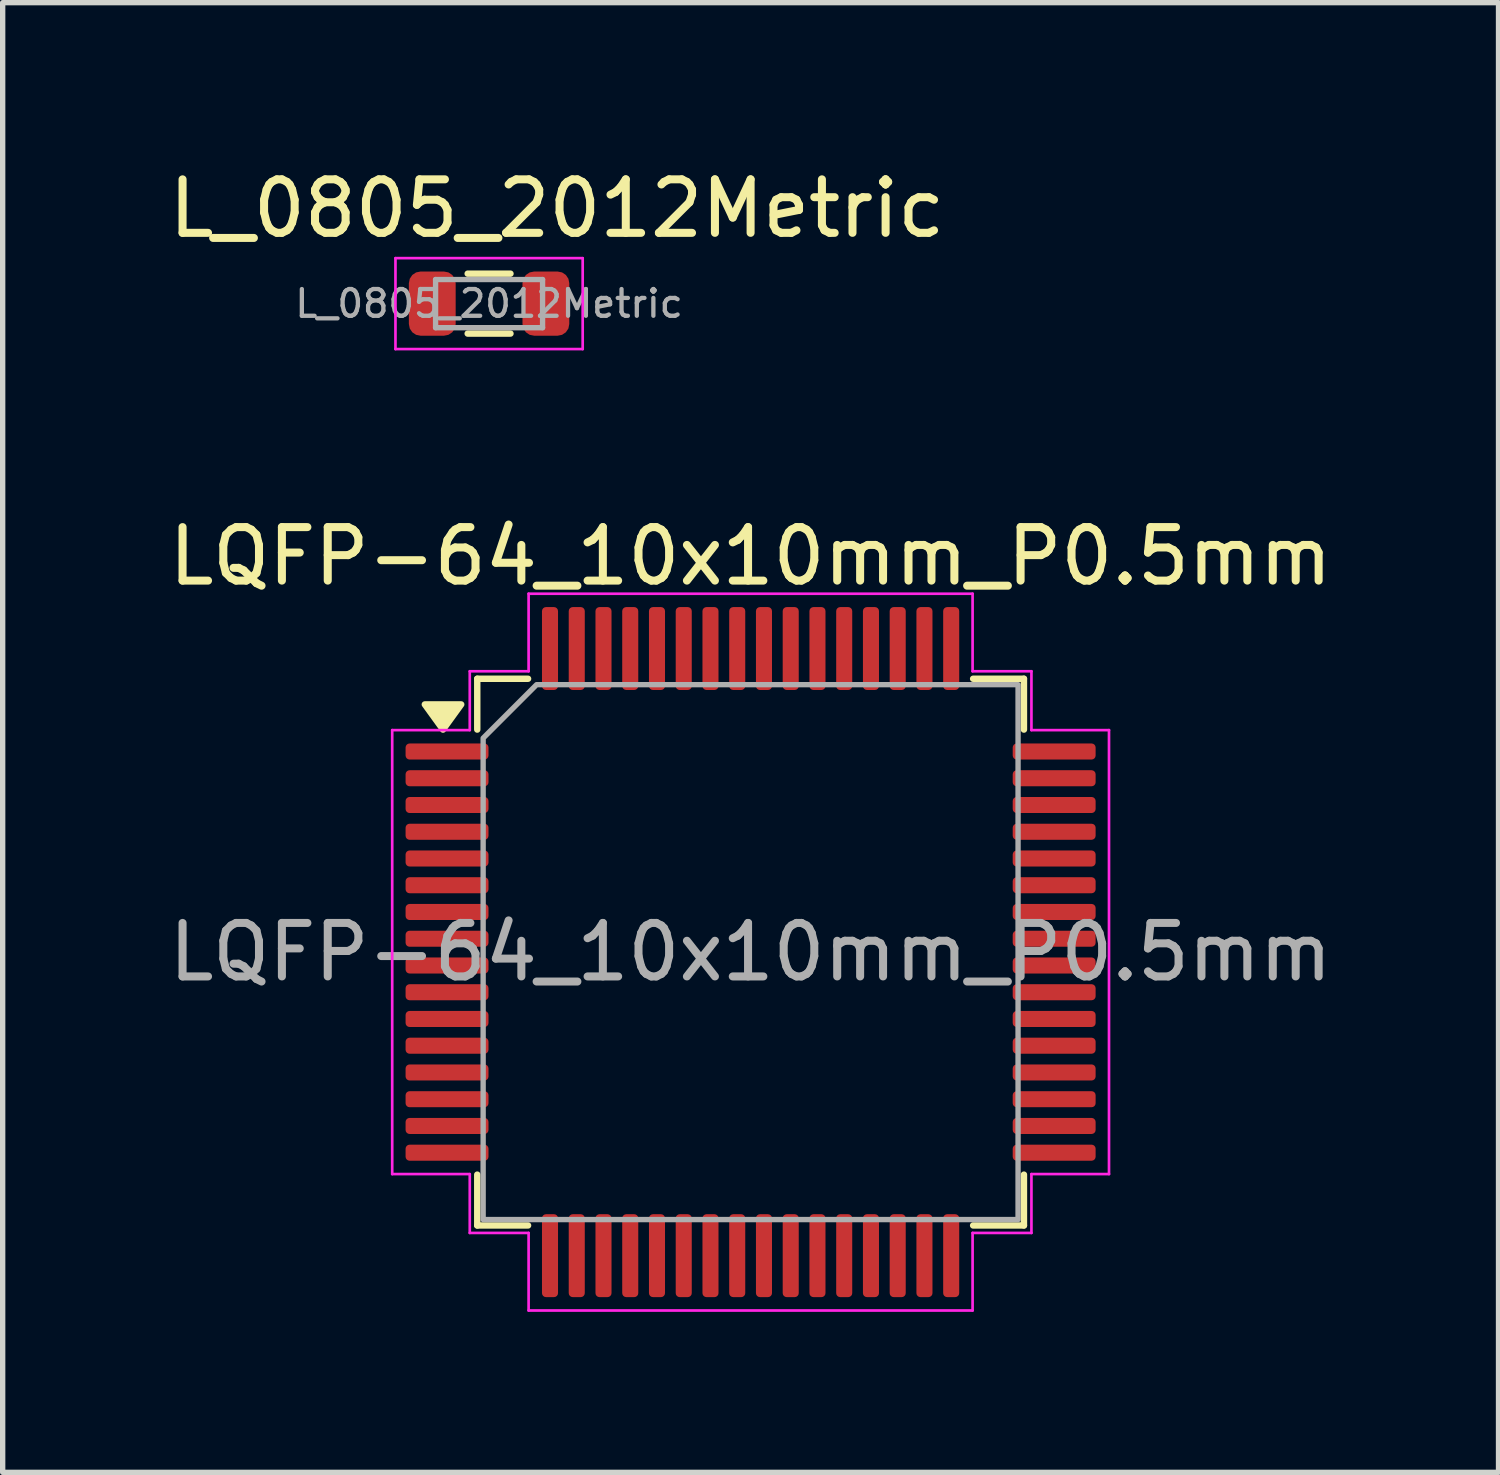
<source format=kicad_pcb>
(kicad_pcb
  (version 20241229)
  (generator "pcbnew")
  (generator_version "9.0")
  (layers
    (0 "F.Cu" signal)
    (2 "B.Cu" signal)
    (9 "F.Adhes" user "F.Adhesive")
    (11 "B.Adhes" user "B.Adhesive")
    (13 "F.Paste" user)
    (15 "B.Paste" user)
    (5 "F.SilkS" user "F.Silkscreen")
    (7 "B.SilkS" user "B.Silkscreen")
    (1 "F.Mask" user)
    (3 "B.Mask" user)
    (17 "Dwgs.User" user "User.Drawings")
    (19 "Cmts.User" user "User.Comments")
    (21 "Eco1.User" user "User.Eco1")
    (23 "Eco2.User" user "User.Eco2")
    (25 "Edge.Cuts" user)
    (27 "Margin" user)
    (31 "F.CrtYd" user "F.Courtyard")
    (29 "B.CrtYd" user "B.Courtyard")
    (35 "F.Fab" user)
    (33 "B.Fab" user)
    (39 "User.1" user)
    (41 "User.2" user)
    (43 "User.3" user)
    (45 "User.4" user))
  (footprint "LQFP-64_10x10mm_P0.5mm"
    (layer "F.Cu")
    (at 10.982 14.749)
    (property "Reference" "LQFP-64_10x10mm_P0.5mm" (at 0 -7.4 180) (layer "F.SilkS") (effects (font (size 1 1) (thickness 0.15))))
    (attr smd)
    (fp_line (start -5.11 -5.11) (end -4.16 -5.11) (stroke (width 0.12) (type solid)) (layer "F.SilkS"))
    (fp_line (start -5.11 -4.16) (end -5.11 -5.11) (stroke (width 0.12) (type solid)) (layer "F.SilkS"))
    (fp_line (start -5.11 5.11) (end -5.11 4.16) (stroke (width 0.12) (type solid)) (layer "F.SilkS"))
    (fp_line (start -4.16 5.11) (end -5.11 5.11) (stroke (width 0.12) (type solid)) (layer "F.SilkS"))
    (fp_line (start 4.16 -5.11) (end 5.11 -5.11) (stroke (width 0.12) (type solid)) (layer "F.SilkS"))
    (fp_line (start 5.11 -5.11) (end 5.11 -4.16) (stroke (width 0.12) (type solid)) (layer "F.SilkS"))
    (fp_line (start 5.11 4.16) (end 5.11 5.11) (stroke (width 0.12) (type solid)) (layer "F.SilkS"))
    (fp_line (start 5.11 5.11) (end 4.16 5.11) (stroke (width 0.12) (type solid)) (layer "F.SilkS"))
    (fp_poly (pts (xy -5.75 -4.16) (xy -6.09 -4.63) (xy -5.41 -4.63)) (stroke (width 0.12) (type solid)) (fill yes) (layer "F.SilkS"))
    (fp_line (start -6.7 -4.15) (end -5.25 -4.15) (stroke (width 0.05) (type solid)) (layer "F.CrtYd"))
    (fp_line (start -6.7 4.15) (end -6.7 -4.15) (stroke (width 0.05) (type solid)) (layer "F.CrtYd"))
    (fp_line (start -5.25 -5.25) (end -4.15 -5.25) (stroke (width 0.05) (type solid)) (layer "F.CrtYd"))
    (fp_line (start -5.25 -4.15) (end -5.25 -5.25) (stroke (width 0.05) (type solid)) (layer "F.CrtYd"))
    (fp_line (start -5.25 4.15) (end -6.7 4.15) (stroke (width 0.05) (type solid)) (layer "F.CrtYd"))
    (fp_line (start -5.25 5.25) (end -5.25 4.15) (stroke (width 0.05) (type solid)) (layer "F.CrtYd"))
    (fp_line (start -4.15 -6.7) (end 4.15 -6.7) (stroke (width 0.05) (type solid)) (layer "F.CrtYd"))
    (fp_line (start -4.15 -5.25) (end -4.15 -6.7) (stroke (width 0.05) (type solid)) (layer "F.CrtYd"))
    (fp_line (start -4.15 5.25) (end -5.25 5.25) (stroke (width 0.05) (type solid)) (layer "F.CrtYd"))
    (fp_line (start -4.15 6.7) (end -4.15 5.25) (stroke (width 0.05) (type solid)) (layer "F.CrtYd"))
    (fp_line (start 4.15 -6.7) (end 4.15 -5.25) (stroke (width 0.05) (type solid)) (layer "F.CrtYd"))
    (fp_line (start 4.15 -5.25) (end 5.25 -5.25) (stroke (width 0.05) (type solid)) (layer "F.CrtYd"))
    (fp_line (start 4.15 5.25) (end 4.15 6.7) (stroke (width 0.05) (type solid)) (layer "F.CrtYd"))
    (fp_line (start 4.15 6.7) (end -4.15 6.7) (stroke (width 0.05) (type solid)) (layer "F.CrtYd"))
    (fp_line (start 5.25 -5.25) (end 5.25 -4.15) (stroke (width 0.05) (type solid)) (layer "F.CrtYd"))
    (fp_line (start 5.25 -4.15) (end 6.7 -4.15) (stroke (width 0.05) (type solid)) (layer "F.CrtYd"))
    (fp_line (start 5.25 4.15) (end 5.25 5.25) (stroke (width 0.05) (type solid)) (layer "F.CrtYd"))
    (fp_line (start 5.25 5.25) (end 4.15 5.25) (stroke (width 0.05) (type solid)) (layer "F.CrtYd"))
    (fp_line (start 6.7 -4.15) (end 6.7 4.15) (stroke (width 0.05) (type solid)) (layer "F.CrtYd"))
    (fp_line (start 6.7 4.15) (end 5.25 4.15) (stroke (width 0.05) (type solid)) (layer "F.CrtYd"))
    (fp_poly (pts (xy -5 -4) (xy -5 5) (xy 5 5) (xy 5 -5) (xy -4 -5)) (stroke (width 0.1) (type solid)) (fill no) (layer "F.Fab"))
    (fp_text user "${REFERENCE}" (at 0 0 180) (layer "F.Fab") (effects (font (size 1 1) (thickness 0.15))))
    (pad "1" smd roundrect (at -5.675 -3.75) (size 1.55 0.3) (layers "F.Cu" "F.Mask" "F.Paste") (roundrect_rratio 0.25))
    (pad "2" smd roundrect (at -5.675 -3.25) (size 1.55 0.3) (layers "F.Cu" "F.Mask" "F.Paste") (roundrect_rratio 0.25))
    (pad "3" smd roundrect (at -5.675 -2.75) (size 1.55 0.3) (layers "F.Cu" "F.Mask" "F.Paste") (roundrect_rratio 0.25))
    (pad "4" smd roundrect (at -5.675 -2.25) (size 1.55 0.3) (layers "F.Cu" "F.Mask" "F.Paste") (roundrect_rratio 0.25))
    (pad "5" smd roundrect (at -5.675 -1.75) (size 1.55 0.3) (layers "F.Cu" "F.Mask" "F.Paste") (roundrect_rratio 0.25))
    (pad "6" smd roundrect (at -5.675 -1.25) (size 1.55 0.3) (layers "F.Cu" "F.Mask" "F.Paste") (roundrect_rratio 0.25))
    (pad "7" smd roundrect (at -5.675 -0.75) (size 1.55 0.3) (layers "F.Cu" "F.Mask" "F.Paste") (roundrect_rratio 0.25))
    (pad "8" smd roundrect (at -5.675 -0.25) (size 1.55 0.3) (layers "F.Cu" "F.Mask" "F.Paste") (roundrect_rratio 0.25))
    (pad "9" smd roundrect (at -5.675 0.25) (size 1.55 0.3) (layers "F.Cu" "F.Mask" "F.Paste") (roundrect_rratio 0.25))
    (pad "10" smd roundrect (at -5.675 0.75) (size 1.55 0.3) (layers "F.Cu" "F.Mask" "F.Paste") (roundrect_rratio 0.25))
    (pad "11" smd roundrect (at -5.675 1.25) (size 1.55 0.3) (layers "F.Cu" "F.Mask" "F.Paste") (roundrect_rratio 0.25))
    (pad "12" smd roundrect (at -5.675 1.75) (size 1.55 0.3) (layers "F.Cu" "F.Mask" "F.Paste") (roundrect_rratio 0.25))
    (pad "13" smd roundrect (at -5.675 2.25) (size 1.55 0.3) (layers "F.Cu" "F.Mask" "F.Paste") (roundrect_rratio 0.25))
    (pad "14" smd roundrect (at -5.675 2.75) (size 1.55 0.3) (layers "F.Cu" "F.Mask" "F.Paste") (roundrect_rratio 0.25))
    (pad "15" smd roundrect (at -5.675 3.25) (size 1.55 0.3) (layers "F.Cu" "F.Mask" "F.Paste") (roundrect_rratio 0.25))
    (pad "16" smd roundrect (at -5.675 3.75) (size 1.55 0.3) (layers "F.Cu" "F.Mask" "F.Paste") (roundrect_rratio 0.25))
    (pad "17" smd roundrect (at -3.75 5.675) (size 0.3 1.55) (layers "F.Cu" "F.Mask" "F.Paste") (roundrect_rratio 0.25))
    (pad "18" smd roundrect (at -3.25 5.675) (size 0.3 1.55) (layers "F.Cu" "F.Mask" "F.Paste") (roundrect_rratio 0.25))
    (pad "19" smd roundrect (at -2.75 5.675) (size 0.3 1.55) (layers "F.Cu" "F.Mask" "F.Paste") (roundrect_rratio 0.25))
    (pad "20" smd roundrect (at -2.25 5.675) (size 0.3 1.55) (layers "F.Cu" "F.Mask" "F.Paste") (roundrect_rratio 0.25))
    (pad "21" smd roundrect (at -1.75 5.675) (size 0.3 1.55) (layers "F.Cu" "F.Mask" "F.Paste") (roundrect_rratio 0.25))
    (pad "22" smd roundrect (at -1.25 5.675) (size 0.3 1.55) (layers "F.Cu" "F.Mask" "F.Paste") (roundrect_rratio 0.25))
    (pad "23" smd roundrect (at -0.75 5.675) (size 0.3 1.55) (layers "F.Cu" "F.Mask" "F.Paste") (roundrect_rratio 0.25))
    (pad "24" smd roundrect (at -0.25 5.675) (size 0.3 1.55) (layers "F.Cu" "F.Mask" "F.Paste") (roundrect_rratio 0.25))
    (pad "25" smd roundrect (at 0.25 5.675) (size 0.3 1.55) (layers "F.Cu" "F.Mask" "F.Paste") (roundrect_rratio 0.25))
    (pad "26" smd roundrect (at 0.75 5.675) (size 0.3 1.55) (layers "F.Cu" "F.Mask" "F.Paste") (roundrect_rratio 0.25))
    (pad "27" smd roundrect (at 1.25 5.675) (size 0.3 1.55) (layers "F.Cu" "F.Mask" "F.Paste") (roundrect_rratio 0.25))
    (pad "28" smd roundrect (at 1.75 5.675) (size 0.3 1.55) (layers "F.Cu" "F.Mask" "F.Paste") (roundrect_rratio 0.25))
    (pad "29" smd roundrect (at 2.25 5.675) (size 0.3 1.55) (layers "F.Cu" "F.Mask" "F.Paste") (roundrect_rratio 0.25))
    (pad "30" smd roundrect (at 2.75 5.675) (size 0.3 1.55) (layers "F.Cu" "F.Mask" "F.Paste") (roundrect_rratio 0.25))
    (pad "31" smd roundrect (at 3.25 5.675) (size 0.3 1.55) (layers "F.Cu" "F.Mask" "F.Paste") (roundrect_rratio 0.25))
    (pad "32" smd roundrect (at 3.75 5.675) (size 0.3 1.55) (layers "F.Cu" "F.Mask" "F.Paste") (roundrect_rratio 0.25))
    (pad "33" smd roundrect (at 5.675 3.75) (size 1.55 0.3) (layers "F.Cu" "F.Mask" "F.Paste") (roundrect_rratio 0.25))
    (pad "34" smd roundrect (at 5.675 3.25) (size 1.55 0.3) (layers "F.Cu" "F.Mask" "F.Paste") (roundrect_rratio 0.25))
    (pad "35" smd roundrect (at 5.675 2.75) (size 1.55 0.3) (layers "F.Cu" "F.Mask" "F.Paste") (roundrect_rratio 0.25))
    (pad "36" smd roundrect (at 5.675 2.25) (size 1.55 0.3) (layers "F.Cu" "F.Mask" "F.Paste") (roundrect_rratio 0.25))
    (pad "37" smd roundrect (at 5.675 1.75) (size 1.55 0.3) (layers "F.Cu" "F.Mask" "F.Paste") (roundrect_rratio 0.25))
    (pad "38" smd roundrect (at 5.675 1.25) (size 1.55 0.3) (layers "F.Cu" "F.Mask" "F.Paste") (roundrect_rratio 0.25))
    (pad "39" smd roundrect (at 5.675 0.75) (size 1.55 0.3) (layers "F.Cu" "F.Mask" "F.Paste") (roundrect_rratio 0.25))
    (pad "40" smd roundrect (at 5.675 0.25) (size 1.55 0.3) (layers "F.Cu" "F.Mask" "F.Paste") (roundrect_rratio 0.25))
    (pad "41" smd roundrect (at 5.675 -0.25) (size 1.55 0.3) (layers "F.Cu" "F.Mask" "F.Paste") (roundrect_rratio 0.25))
    (pad "42" smd roundrect (at 5.675 -0.75) (size 1.55 0.3) (layers "F.Cu" "F.Mask" "F.Paste") (roundrect_rratio 0.25))
    (pad "43" smd roundrect (at 5.675 -1.25) (size 1.55 0.3) (layers "F.Cu" "F.Mask" "F.Paste") (roundrect_rratio 0.25))
    (pad "44" smd roundrect (at 5.675 -1.75) (size 1.55 0.3) (layers "F.Cu" "F.Mask" "F.Paste") (roundrect_rratio 0.25))
    (pad "45" smd roundrect (at 5.675 -2.25) (size 1.55 0.3) (layers "F.Cu" "F.Mask" "F.Paste") (roundrect_rratio 0.25))
    (pad "46" smd roundrect (at 5.675 -2.75) (size 1.55 0.3) (layers "F.Cu" "F.Mask" "F.Paste") (roundrect_rratio 0.25))
    (pad "47" smd roundrect (at 5.675 -3.25) (size 1.55 0.3) (layers "F.Cu" "F.Mask" "F.Paste") (roundrect_rratio 0.25))
    (pad "48" smd roundrect (at 5.675 -3.75) (size 1.55 0.3) (layers "F.Cu" "F.Mask" "F.Paste") (roundrect_rratio 0.25))
    (pad "49" smd roundrect (at 3.75 -5.675) (size 0.3 1.55) (layers "F.Cu" "F.Mask" "F.Paste") (roundrect_rratio 0.25))
    (pad "50" smd roundrect (at 3.25 -5.675) (size 0.3 1.55) (layers "F.Cu" "F.Mask" "F.Paste") (roundrect_rratio 0.25))
    (pad "51" smd roundrect (at 2.75 -5.675) (size 0.3 1.55) (layers "F.Cu" "F.Mask" "F.Paste") (roundrect_rratio 0.25))
    (pad "52" smd roundrect (at 2.25 -5.675) (size 0.3 1.55) (layers "F.Cu" "F.Mask" "F.Paste") (roundrect_rratio 0.25))
    (pad "53" smd roundrect (at 1.75 -5.675) (size 0.3 1.55) (layers "F.Cu" "F.Mask" "F.Paste") (roundrect_rratio 0.25))
    (pad "54" smd roundrect (at 1.25 -5.675) (size 0.3 1.55) (layers "F.Cu" "F.Mask" "F.Paste") (roundrect_rratio 0.25))
    (pad "55" smd roundrect (at 0.75 -5.675) (size 0.3 1.55) (layers "F.Cu" "F.Mask" "F.Paste") (roundrect_rratio 0.25))
    (pad "56" smd roundrect (at 0.25 -5.675) (size 0.3 1.55) (layers "F.Cu" "F.Mask" "F.Paste") (roundrect_rratio 0.25))
    (pad "57" smd roundrect (at -0.25 -5.675) (size 0.3 1.55) (layers "F.Cu" "F.Mask" "F.Paste") (roundrect_rratio 0.25))
    (pad "58" smd roundrect (at -0.75 -5.675) (size 0.3 1.55) (layers "F.Cu" "F.Mask" "F.Paste") (roundrect_rratio 0.25))
    (pad "59" smd roundrect (at -1.25 -5.675) (size 0.3 1.55) (layers "F.Cu" "F.Mask" "F.Paste") (roundrect_rratio 0.25))
    (pad "60" smd roundrect (at -1.75 -5.675) (size 0.3 1.55) (layers "F.Cu" "F.Mask" "F.Paste") (roundrect_rratio 0.25))
    (pad "61" smd roundrect (at -2.25 -5.675) (size 0.3 1.55) (layers "F.Cu" "F.Mask" "F.Paste") (roundrect_rratio 0.25))
    (pad "62" smd roundrect (at -2.75 -5.675) (size 0.3 1.55) (layers "F.Cu" "F.Mask" "F.Paste") (roundrect_rratio 0.25))
    (pad "63" smd roundrect (at -3.25 -5.675) (size 0.3 1.55) (layers "F.Cu" "F.Mask" "F.Paste") (roundrect_rratio 0.25))
    (pad "64" smd roundrect (at -3.75 -5.675) (size 0.3 1.55) (layers "F.Cu" "F.Mask" "F.Paste") (roundrect_rratio 0.25)))
  (footprint "L_0805_2012Metric"
    (layer "F.Cu")
    (at 6.093 2.626)
    (property "Reference" "L_0805_2012Metric" (at 1.27 -1.778 0) (layer "F.SilkS") (effects (font (size 1 1) (thickness 0.15))))
    (attr smd)
    (fp_line (start -0.4 -0.56) (end 0.4 -0.56) (stroke (width 0.12) (type solid)) (layer "F.SilkS"))
    (fp_line (start -0.4 0.56) (end 0.4 0.56) (stroke (width 0.12) (type solid)) (layer "F.SilkS"))
    (fp_line (start -1.75 -0.85) (end 1.75 -0.85) (stroke (width 0.05) (type solid)) (layer "F.CrtYd"))
    (fp_line (start -1.75 0.85) (end -1.75 -0.85) (stroke (width 0.05) (type solid)) (layer "F.CrtYd"))
    (fp_line (start 1.75 -0.85) (end 1.75 0.85) (stroke (width 0.05) (type solid)) (layer "F.CrtYd"))
    (fp_line (start 1.75 0.85) (end -1.75 0.85) (stroke (width 0.05) (type solid)) (layer "F.CrtYd"))
    (fp_line (start -1 -0.45) (end 1 -0.45) (stroke (width 0.1) (type solid)) (layer "F.Fab"))
    (fp_line (start -1 0.45) (end -1 -0.45) (stroke (width 0.1) (type solid)) (layer "F.Fab"))
    (fp_line (start 1 -0.45) (end 1 0.45) (stroke (width 0.1) (type solid)) (layer "F.Fab"))
    (fp_line (start 1 0.45) (end -1 0.45) (stroke (width 0.1) (type solid)) (layer "F.Fab"))
    (fp_text user "${REFERENCE}" (at 0 0 0) (layer "F.Fab") (effects (font (size 0.5 0.5) (thickness 0.08))))
    (pad "1" smd roundrect (at -1.062 0) (size 0.875 1.2) (layers "F.Cu" "F.Mask" "F.Paste") (roundrect_rratio 0.25))
    (pad "2" smd roundrect (at 1.062 0) (size 0.875 1.2) (layers "F.Cu" "F.Mask" "F.Paste") (roundrect_rratio 0.25)))
  (gr_rect
    (start -3 -3)
    (end 24.964 24.474)
    (stroke (width 0.1) (type default))
    (fill no)
    (layer "Edge.Cuts")))
</source>
